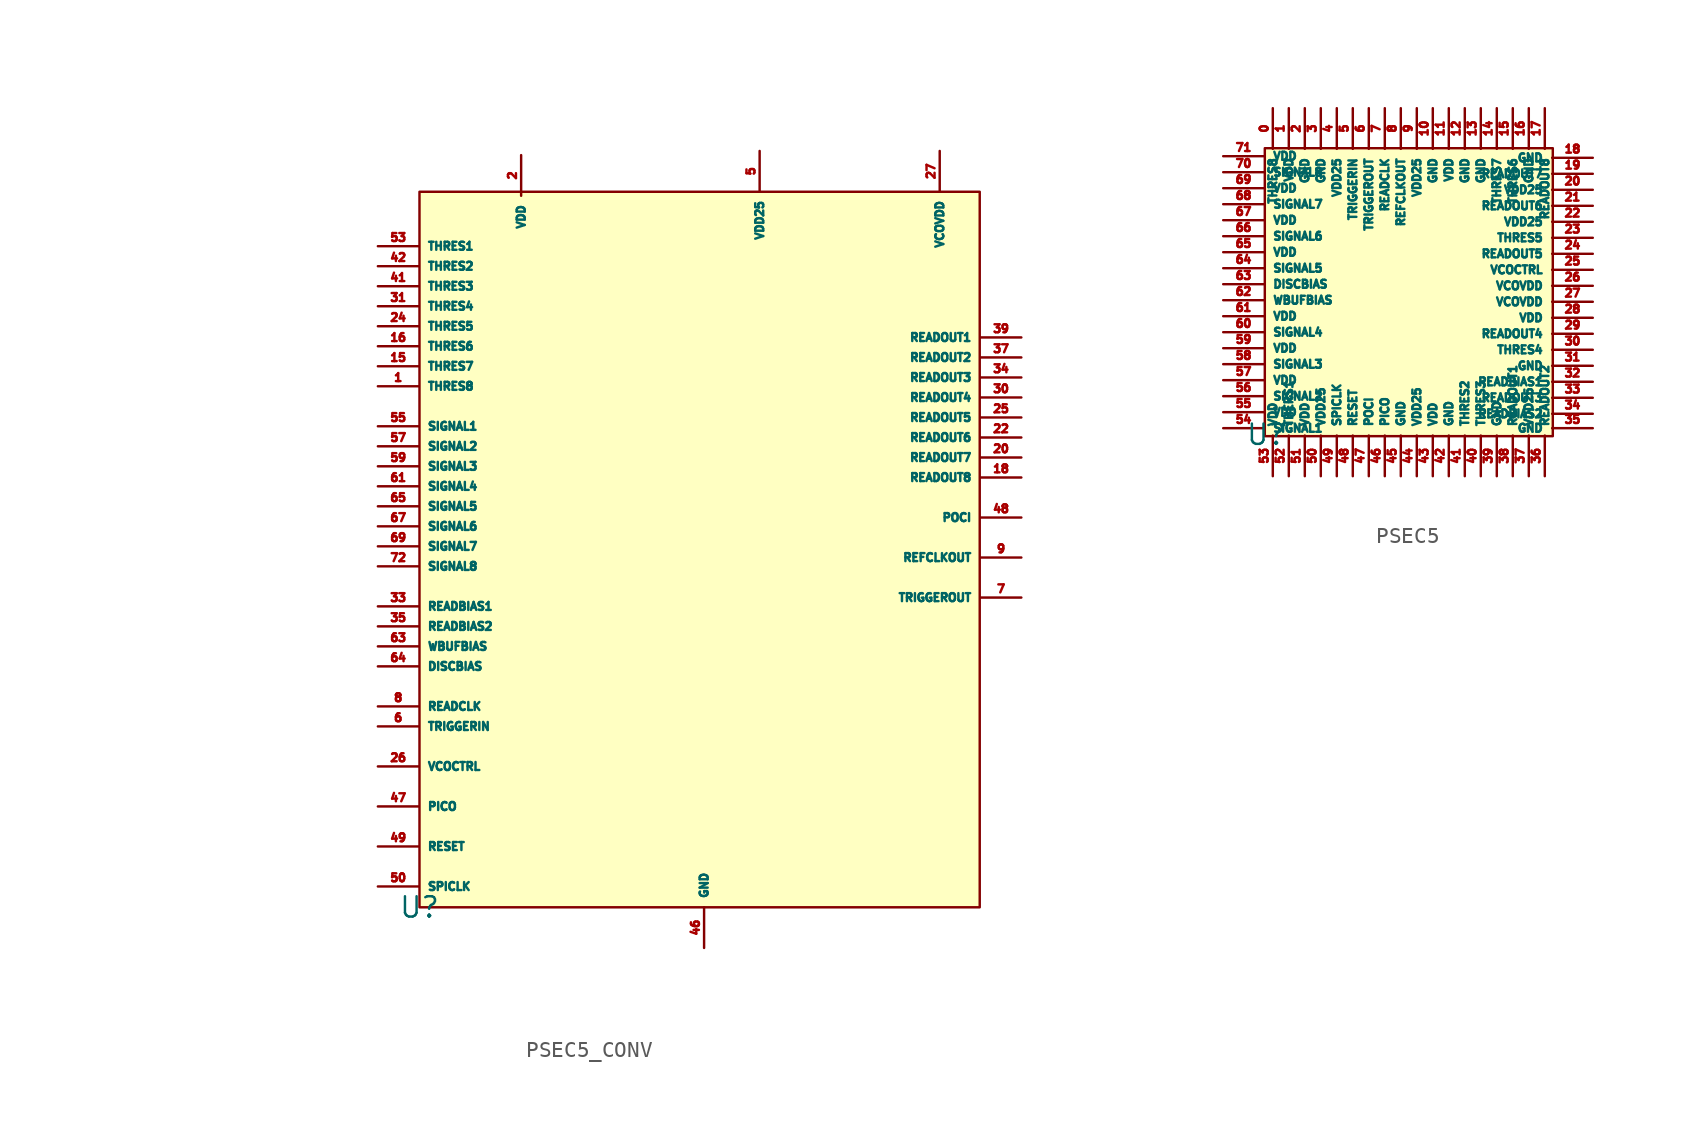
<source format=kicad_sym>
(kicad_symbol_lib
  (version 20231120)
  (generator "kicad_symbol_editor")
  (generator_version "8.0")
  (symbol "PSEC5_CONV"
    (property "Reference" "U"
      (at 0 0 0)
      (effects (font (size 1.27 1.27))))
    (property "Value" ""
      (at -16.5 36.1 0)
      (effects (font (size 1.27 1.27))))
    (symbol "PSEC5_CONV_1_1"
      (rectangle (start 0 44.7) (end 35 0) (stroke (width 0) (type default)) (fill (type background)))
      (pin input line (at -2.6 32.55 0) (length 2.54) (name "THRES8" (effects (font (size 0.5 0.5)))) (number "1" (effects (font (size 0.5 0.5)))))
      (pin input line (at -2.6 33.8 0) (length 2.54) (name "THRES7" (effects (font (size 0.5 0.5)))) (number "15" (effects (font (size 0.5 0.5)))))
      (pin input line (at -2.6 35.05 0) (length 2.54) (name "THRES6" (effects (font (size 0.5 0.5)))) (number "16" (effects (font (size 0.5 0.5)))))
      (pin output line (at 37.6 26.85 180) (length 2.54) (name "READOUT8" (effects (font (size 0.5 0.5)))) (number "18" (effects (font (size 0.5 0.5)))))
      (pin power_in line (at 6.35 46.99 270) (length 2.54) (name "VDD" (effects (font (size 0.5 0.5)))) (number "2" (effects (font (size 0.5 0.5)))))
      (pin output line (at 37.6 28.1 180) (length 2.54) (name "READOUT7" (effects (font (size 0.5 0.5)))) (number "20" (effects (font (size 0.5 0.5)))))
      (pin output line (at 37.6 29.35 180) (length 2.54) (name "READOUT6" (effects (font (size 0.5 0.5)))) (number "22" (effects (font (size 0.5 0.5)))))
      (pin input line (at -2.6 36.3 0) (length 2.54) (name "THRES5" (effects (font (size 0.5 0.5)))) (number "24" (effects (font (size 0.5 0.5)))))
      (pin output line (at 37.6 30.6 180) (length 2.54) (name "READOUT5" (effects (font (size 0.5 0.5)))) (number "25" (effects (font (size 0.5 0.5)))))
      (pin input line (at -2.6 8.8 0) (length 2.54) (name "VCOCTRL" (effects (font (size 0.5 0.5)))) (number "26" (effects (font (size 0.5 0.5)))))
      (pin power_in line (at 32.5 47.25 270) (length 2.54) (name "VCOVDD" (effects (font (size 0.5 0.5)))) (number "27" (effects (font (size 0.5 0.5)))))
      (pin output line (at 37.6 31.85 180) (length 2.54) (name "READOUT4" (effects (font (size 0.5 0.5)))) (number "30" (effects (font (size 0.5 0.5)))))
      (pin input line (at -2.6 37.55 0) (length 2.54) (name "THRES4" (effects (font (size 0.5 0.5)))) (number "31" (effects (font (size 0.5 0.5)))))
      (pin input line (at -2.6 18.8 0) (length 2.54) (name "READBIAS1" (effects (font (size 0.5 0.5)))) (number "33" (effects (font (size 0.5 0.5)))))
      (pin output line (at 37.6 33.1 180) (length 2.54) (name "READOUT3" (effects (font (size 0.5 0.5)))) (number "34" (effects (font (size 0.5 0.5)))))
      (pin input line (at -2.6 17.55 0) (length 2.54) (name "READBIAS2" (effects (font (size 0.5 0.5)))) (number "35" (effects (font (size 0.5 0.5)))))
      (pin output line (at 37.6 34.35 180) (length 2.54) (name "READOUT2" (effects (font (size 0.5 0.5)))) (number "37" (effects (font (size 0.5 0.5)))))
      (pin output line (at 37.6 35.6 180) (length 2.54) (name "READOUT1" (effects (font (size 0.5 0.5)))) (number "39" (effects (font (size 0.5 0.5)))))
      (pin input line (at -2.6 38.8 0) (length 2.54) (name "THRES3" (effects (font (size 0.5 0.5)))) (number "41" (effects (font (size 0.5 0.5)))))
      (pin input line (at -2.6 40.05 0) (length 2.54) (name "THRES2" (effects (font (size 0.5 0.5)))) (number "42" (effects (font (size 0.5 0.5)))))
      (pin power_in line (at 17.78 -2.54 90) (length 2.54) (name "GND" (effects (font (size 0.5 0.5)))) (number "46" (effects (font (size 0.5 0.5)))))
      (pin input line (at -2.6 6.3 0) (length 2.54) (name "PICO" (effects (font (size 0.5 0.5)))) (number "47" (effects (font (size 0.5 0.5)))))
      (pin output line (at 37.6 24.35 180) (length 2.54) (name "POCI" (effects (font (size 0.5 0.5)))) (number "48" (effects (font (size 0.5 0.5)))))
      (pin input line (at -2.6 3.8 0) (length 2.54) (name "RESET" (effects (font (size 0.5 0.5)))) (number "49" (effects (font (size 0.5 0.5)))))
      (pin power_in line (at 21.25 47.25 270) (length 2.54) (name "VDD25" (effects (font (size 0.5 0.5)))) (number "5" (effects (font (size 0.5 0.5)))))
      (pin input line (at -2.6 1.3 0) (length 2.54) (name "SPICLK" (effects (font (size 0.5 0.5)))) (number "50" (effects (font (size 0.5 0.5)))))
      (pin input line (at -2.6 41.3 0) (length 2.54) (name "THRES1" (effects (font (size 0.5 0.5)))) (number "53" (effects (font (size 0.5 0.5)))))
      (pin input line (at -2.6 30.05 0) (length 2.54) (name "SIGNAL1" (effects (font (size 0.5 0.5)))) (number "55" (effects (font (size 0.5 0.5)))))
      (pin input line (at -2.6 28.8 0) (length 2.54) (name "SIGNAL2" (effects (font (size 0.5 0.5)))) (number "57" (effects (font (size 0.5 0.5)))))
      (pin input line (at -2.6 27.55 0) (length 2.54) (name "SIGNAL3" (effects (font (size 0.5 0.5)))) (number "59" (effects (font (size 0.5 0.5)))))
      (pin input line (at -2.6 11.3 0) (length 2.54) (name "TRIGGERIN" (effects (font (size 0.5 0.5)))) (number "6" (effects (font (size 0.5 0.5)))))
      (pin input line (at -2.6 26.3 0) (length 2.54) (name "SIGNAL4" (effects (font (size 0.5 0.5)))) (number "61" (effects (font (size 0.5 0.5)))))
      (pin input line (at -2.6 16.3 0) (length 2.54) (name "WBUFBIAS" (effects (font (size 0.5 0.5)))) (number "63" (effects (font (size 0.5 0.5)))))
      (pin input line (at -2.6 15.05 0) (length 2.54) (name "DISCBIAS" (effects (font (size 0.5 0.5)))) (number "64" (effects (font (size 0.5 0.5)))))
      (pin input line (at -2.6 25.05 0) (length 2.54) (name "SIGNAL5" (effects (font (size 0.5 0.5)))) (number "65" (effects (font (size 0.5 0.5)))))
      (pin input line (at -2.6 23.8 0) (length 2.54) (name "SIGNAL6" (effects (font (size 0.5 0.5)))) (number "67" (effects (font (size 0.5 0.5)))))
      (pin input line (at -2.6 22.55 0) (length 2.54) (name "SIGNAL7" (effects (font (size 0.5 0.5)))) (number "69" (effects (font (size 0.5 0.5)))))
      (pin output line (at 37.6 19.35 180) (length 2.54) (name "TRIGGEROUT" (effects (font (size 0.5 0.5)))) (number "7" (effects (font (size 0.5 0.5)))))
      (pin input line (at -2.6 21.3 0) (length 2.54) (name "SIGNAL8" (effects (font (size 0.5 0.5)))) (number "72" (effects (font (size 0.5 0.5)))))
      (pin input line (at -2.6 12.55 0) (length 2.54) (name "READCLK" (effects (font (size 0.5 0.5)))) (number "8" (effects (font (size 0.5 0.5)))))
      (pin output line (at 37.6 21.85 180) (length 2.54) (name "REFCLKOUT" (effects (font (size 0.5 0.5)))) (number "9" (effects (font (size 0.5 0.5)))))))
  (symbol "PSEC5"
    (property "Reference" "U"
      (at -8.9 -8.9 0)
      (effects (font (size 1.27 1.27))))
    (property "Value" ""
      (at -9 -11.5 0)
      (effects (font (size 1.27 1.27))))
    (symbol "PSEC5_1_1"
      (rectangle (start -9 9) (end 9 -9) (stroke (width 0) (type default)) (fill (type background)))
      (pin input line (at -8.5 11.5 270) (length 2.54) (name "THRES8" (effects (font (size 0.5 0.5)))) (number "0" (effects (font (size 0.5 0.5)))))
      (pin power_in line (at -7.5 11.5 270) (length 2.54) (name "VDD" (effects (font (size 0.5 0.5)))) (number "1" (effects (font (size 0.5 0.5)))))
      (pin power_in line (at 1.5 11.5 270) (length 2.54) (name "GND" (effects (font (size 0.5 0.5)))) (number "10" (effects (font (size 0.5 0.5)))))
      (pin power_in line (at 2.5 11.5 270) (length 2.54) (name "VDD" (effects (font (size 0.5 0.5)))) (number "11" (effects (font (size 0.5 0.5)))))
      (pin power_in line (at 3.5 11.5 270) (length 2.54) (name "GND" (effects (font (size 0.5 0.5)))) (number "12" (effects (font (size 0.5 0.5)))))
      (pin power_in line (at 4.5 11.5 270) (length 2.54) (name "GND" (effects (font (size 0.5 0.5)))) (number "13" (effects (font (size 0.5 0.5)))))
      (pin input line (at 5.5 11.5 270) (length 2.54) (name "THRES7" (effects (font (size 0.5 0.5)))) (number "14" (effects (font (size 0.5 0.5)))))
      (pin input line (at 6.5 11.5 270) (length 2.54) (name "THRES6" (effects (font (size 0.5 0.5)))) (number "15" (effects (font (size 0.5 0.5)))))
      (pin power_in line (at 7.5 11.5 270) (length 2.54) (name "GND" (effects (font (size 0.5 0.5)))) (number "16" (effects (font (size 0.5 0.5)))))
      (pin output line (at 8.5 11.5 270) (length 2.54) (name "READOUT8" (effects (font (size 0.5 0.5)))) (number "17" (effects (font (size 0.5 0.5)))))
      (pin power_in line (at 11.5 8.4 180) (length 2.54) (name "GND" (effects (font (size 0.5 0.5)))) (number "18" (effects (font (size 0.5 0.5)))))
      (pin output line (at 11.5 7.4 180) (length 2.54) (name "READOUT7" (effects (font (size 0.5 0.5)))) (number "19" (effects (font (size 0.5 0.5)))))
      (pin power_in line (at -6.5 11.5 270) (length 2.54) (name "GND" (effects (font (size 0.5 0.5)))) (number "2" (effects (font (size 0.5 0.5)))))
      (pin power_in line (at 11.5 6.4 180) (length 2.54) (name "VDD25" (effects (font (size 0.5 0.5)))) (number "20" (effects (font (size 0.5 0.5)))))
      (pin output line (at 11.5 5.4 180) (length 2.54) (name "READOUT6" (effects (font (size 0.5 0.5)))) (number "21" (effects (font (size 0.5 0.5)))))
      (pin power_in line (at 11.5 4.4 180) (length 2.54) (name "VDD25" (effects (font (size 0.5 0.5)))) (number "22" (effects (font (size 0.5 0.5)))))
      (pin input line (at 11.5 3.4 180) (length 2.54) (name "THRES5" (effects (font (size 0.5 0.5)))) (number "23" (effects (font (size 0.5 0.5)))))
      (pin output line (at 11.5 2.4 180) (length 2.54) (name "READOUT5" (effects (font (size 0.5 0.5)))) (number "24" (effects (font (size 0.5 0.5)))))
      (pin input line (at 11.5 1.4 180) (length 2.54) (name "VCOCTRL" (effects (font (size 0.5 0.5)))) (number "25" (effects (font (size 0.5 0.5)))))
      (pin power_in line (at 11.5 0.4 180) (length 2.54) (name "VCOVDD" (effects (font (size 0.5 0.5)))) (number "26" (effects (font (size 0.5 0.5)))))
      (pin power_in line (at 11.5 -0.6 180) (length 2.54) (name "VCOVDD" (effects (font (size 0.5 0.5)))) (number "27" (effects (font (size 0.5 0.5)))))
      (pin power_in line (at 11.5 -1.6 180) (length 2.54) (name "VDD" (effects (font (size 0.5 0.5)))) (number "28" (effects (font (size 0.5 0.5)))))
      (pin output line (at 11.5 -2.6 180) (length 2.54) (name "READOUT4" (effects (font (size 0.5 0.5)))) (number "29" (effects (font (size 0.5 0.5)))))
      (pin power_in line (at -5.5 11.5 270) (length 2.54) (name "GND" (effects (font (size 0.5 0.5)))) (number "3" (effects (font (size 0.5 0.5)))))
      (pin input line (at 11.5 -3.6 180) (length 2.54) (name "THRES4" (effects (font (size 0.5 0.5)))) (number "30" (effects (font (size 0.5 0.5)))))
      (pin power_in line (at 11.5 -4.6 180) (length 2.54) (name "GND" (effects (font (size 0.5 0.5)))) (number "31" (effects (font (size 0.5 0.5)))))
      (pin input line (at 11.5 -5.6 180) (length 2.54) (name "READBIAS1" (effects (font (size 0.5 0.5)))) (number "32" (effects (font (size 0.5 0.5)))))
      (pin output line (at 11.5 -6.6 180) (length 2.54) (name "READOUT3" (effects (font (size 0.5 0.5)))) (number "33" (effects (font (size 0.5 0.5)))))
      (pin input line (at 11.5 -7.6 180) (length 2.54) (name "READBIAS2" (effects (font (size 0.5 0.5)))) (number "34" (effects (font (size 0.5 0.5)))))
      (pin power_in line (at 11.5 -8.5 180) (length 2.54) (name "GND" (effects (font (size 0.5 0.5)))) (number "35" (effects (font (size 0.5 0.5)))))
      (pin output line (at 8.5 -11.5 90) (length 2.54) (name "READOUT2" (effects (font (size 0.5 0.5)))) (number "36" (effects (font (size 0.5 0.5)))))
      (pin power_in line (at 7.5 -11.5 90) (length 2.54) (name "VDD25" (effects (font (size 0.5 0.5)))) (number "37" (effects (font (size 0.5 0.5)))))
      (pin output line (at 6.5 -11.5 90) (length 2.54) (name "READOUT1" (effects (font (size 0.5 0.5)))) (number "38" (effects (font (size 0.5 0.5)))))
      (pin power_in line (at 5.5 -11.5 90) (length 2.54) (name "GND" (effects (font (size 0.5 0.5)))) (number "39" (effects (font (size 0.5 0.5)))))
      (pin power_in line (at -4.5 11.5 270) (length 2.54) (name "VDD25" (effects (font (size 0.5 0.5)))) (number "4" (effects (font (size 0.5 0.5)))))
      (pin input line (at 4.5 -11.5 90) (length 2.54) (name "THRES3" (effects (font (size 0.5 0.5)))) (number "40" (effects (font (size 0.5 0.5)))))
      (pin input line (at 3.5 -11.5 90) (length 2.54) (name "THRES2" (effects (font (size 0.5 0.5)))) (number "41" (effects (font (size 0.5 0.5)))))
      (pin power_in line (at 2.5 -11.5 90) (length 2.54) (name "GND" (effects (font (size 0.5 0.5)))) (number "42" (effects (font (size 0.5 0.5)))))
      (pin power_in line (at 1.5 -11.5 90) (length 2.54) (name "VDD" (effects (font (size 0.5 0.5)))) (number "43" (effects (font (size 0.5 0.5)))))
      (pin power_in line (at 0.5 -11.5 90) (length 2.54) (name "VDD25" (effects (font (size 0.5 0.5)))) (number "44" (effects (font (size 0.5 0.5)))))
      (pin power_in line (at -0.5 -11.5 90) (length 2.54) (name "GND" (effects (font (size 0.5 0.5)))) (number "45" (effects (font (size 0.5 0.5)))))
      (pin input line (at -1.5 -11.5 90) (length 2.54) (name "PICO" (effects (font (size 0.5 0.5)))) (number "46" (effects (font (size 0.5 0.5)))))
      (pin output line (at -2.5 -11.5 90) (length 2.54) (name "POCI" (effects (font (size 0.5 0.5)))) (number "47" (effects (font (size 0.5 0.5)))))
      (pin input line (at -3.5 -11.5 90) (length 2.54) (name "RESET" (effects (font (size 0.5 0.5)))) (number "48" (effects (font (size 0.5 0.5)))))
      (pin input line (at -4.5 -11.5 90) (length 2.54) (name "SPICLK" (effects (font (size 0.5 0.5)))) (number "49" (effects (font (size 0.5 0.5)))))
      (pin input line (at -3.5 11.5 270) (length 2.54) (name "TRIGGERIN" (effects (font (size 0.5 0.5)))) (number "5" (effects (font (size 0.5 0.5)))))
      (pin power_in line (at -5.5 -11.5 90) (length 2.54) (name "VDD25" (effects (font (size 0.5 0.5)))) (number "50" (effects (font (size 0.5 0.5)))))
      (pin power_in line (at -6.5 -11.5 90) (length 2.54) (name "VDD" (effects (font (size 0.5 0.5)))) (number "51" (effects (font (size 0.5 0.5)))))
      (pin input line (at -7.5 -11.5 90) (length 2.54) (name "THERS1" (effects (font (size 0.5 0.5)))) (number "52" (effects (font (size 0.5 0.5)))))
      (pin power_in line (at -8.5 -11.5 90) (length 2.54) (name "VDD" (effects (font (size 0.5 0.5)))) (number "53" (effects (font (size 0.5 0.5)))))
      (pin input line (at -11.6 -8.5 0) (length 2.54) (name "SIGNAL1" (effects (font (size 0.5 0.5)))) (number "54" (effects (font (size 0.5 0.5)))))
      (pin power_in line (at -11.6 -7.5 0) (length 2.54) (name "VDD" (effects (font (size 0.5 0.5)))) (number "55" (effects (font (size 0.5 0.5)))))
      (pin input line (at -11.6 -6.5 0) (length 2.54) (name "SIGNAL2" (effects (font (size 0.5 0.5)))) (number "56" (effects (font (size 0.5 0.5)))))
      (pin power_in line (at -11.6 -5.5 0) (length 2.54) (name "VDD" (effects (font (size 0.5 0.5)))) (number "57" (effects (font (size 0.5 0.5)))))
      (pin input line (at -11.6 -4.5 0) (length 2.54) (name "SIGNAL3" (effects (font (size 0.5 0.5)))) (number "58" (effects (font (size 0.5 0.5)))))
      (pin power_in line (at -11.6 -3.5 0) (length 2.54) (name "VDD" (effects (font (size 0.5 0.5)))) (number "59" (effects (font (size 0.5 0.5)))))
      (pin output line (at -2.5 11.5 270) (length 2.54) (name "TRIGGEROUT" (effects (font (size 0.5 0.5)))) (number "6" (effects (font (size 0.5 0.5)))))
      (pin input line (at -11.6 -2.5 0) (length 2.54) (name "SIGNAL4" (effects (font (size 0.5 0.5)))) (number "60" (effects (font (size 0.5 0.5)))))
      (pin power_in line (at -11.6 -1.5 0) (length 2.54) (name "VDD" (effects (font (size 0.5 0.5)))) (number "61" (effects (font (size 0.5 0.5)))))
      (pin input line (at -11.6 -0.5 0) (length 2.54) (name "WBUFBIAS" (effects (font (size 0.5 0.5)))) (number "62" (effects (font (size 0.5 0.5)))))
      (pin input line (at -11.6 0.5 0) (length 2.54) (name "DISCBIAS" (effects (font (size 0.5 0.5)))) (number "63" (effects (font (size 0.5 0.5)))))
      (pin input line (at -11.6 1.5 0) (length 2.54) (name "SIGNAL5" (effects (font (size 0.5 0.5)))) (number "64" (effects (font (size 0.5 0.5)))))
      (pin power_in line (at -11.6 2.5 0) (length 2.54) (name "VDD" (effects (font (size 0.5 0.5)))) (number "65" (effects (font (size 0.5 0.5)))))
      (pin input line (at -11.6 3.5 0) (length 2.54) (name "SIGNAL6" (effects (font (size 0.5 0.5)))) (number "66" (effects (font (size 0.5 0.5)))))
      (pin power_in line (at -11.6 4.5 0) (length 2.54) (name "VDD" (effects (font (size 0.5 0.5)))) (number "67" (effects (font (size 0.5 0.5)))))
      (pin input line (at -11.6 5.5 0) (length 2.54) (name "SIGNAL7" (effects (font (size 0.5 0.5)))) (number "68" (effects (font (size 0.5 0.5)))))
      (pin power_in line (at -11.6 6.5 0) (length 2.54) (name "VDD" (effects (font (size 0.5 0.5)))) (number "69" (effects (font (size 0.5 0.5)))))
      (pin input line (at -1.5 11.5 270) (length 2.54) (name "READCLK" (effects (font (size 0.5 0.5)))) (number "7" (effects (font (size 0.5 0.5)))))
      (pin input line (at -11.6 7.5 0) (length 2.54) (name "SIGNAL8" (effects (font (size 0.5 0.5)))) (number "70" (effects (font (size 0.5 0.5)))))
      (pin power_in line (at -11.6 8.5 0) (length 2.54) (name "VDD" (effects (font (size 0.5 0.5)))) (number "71" (effects (font (size 0.5 0.5)))))
      (pin output line (at -0.5 11.5 270) (length 2.54) (name "REFCLKOUT" (effects (font (size 0.5 0.5)))) (number "8" (effects (font (size 0.5 0.5)))))
      (pin power_in line (at 0.5 11.5 270) (length 2.54) (name "VDD25" (effects (font (size 0.5 0.5)))) (number "9" (effects (font (size 0.5 0.5))))))))
</source>
